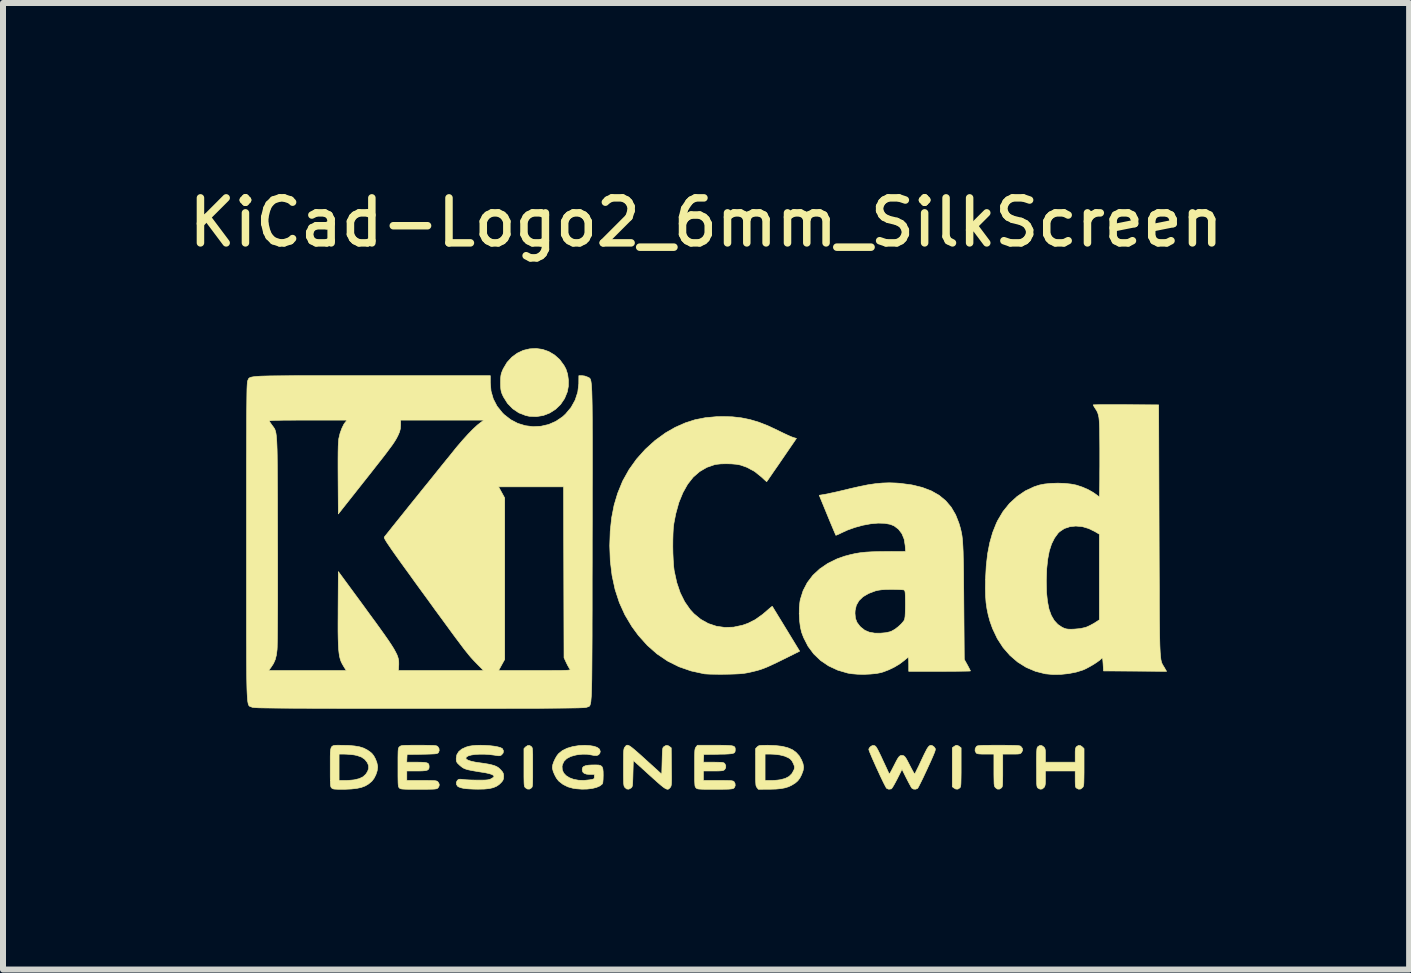
<source format=kicad_pcb>
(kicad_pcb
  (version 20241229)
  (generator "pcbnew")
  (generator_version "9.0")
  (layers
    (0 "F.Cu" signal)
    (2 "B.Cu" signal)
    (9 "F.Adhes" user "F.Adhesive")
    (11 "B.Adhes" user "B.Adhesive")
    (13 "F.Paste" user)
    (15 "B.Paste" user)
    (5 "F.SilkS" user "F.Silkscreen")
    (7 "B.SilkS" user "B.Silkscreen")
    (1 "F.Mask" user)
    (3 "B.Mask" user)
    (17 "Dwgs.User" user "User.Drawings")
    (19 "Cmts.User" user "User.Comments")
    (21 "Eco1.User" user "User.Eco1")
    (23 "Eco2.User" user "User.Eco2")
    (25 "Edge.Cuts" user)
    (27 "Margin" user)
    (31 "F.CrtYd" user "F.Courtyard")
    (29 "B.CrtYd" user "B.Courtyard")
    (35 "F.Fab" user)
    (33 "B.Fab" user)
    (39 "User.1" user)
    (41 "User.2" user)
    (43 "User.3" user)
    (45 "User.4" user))
  (footprint "KiCad-Logo2_6mm_SilkScreen"
    (layer "F.Cu")
    (at 8.72 5.738)
    (property "Reference" "KiCad-Logo2_6mm_SilkScreen" (at 0 -5.08 0) (layer "F.SilkS") (effects (font (size 0.75 0.75) (thickness 0.125))))
    (attr exclude_from_pos_files exclude_from_bom allow_missing_courtyard)
    (fp_poly (pts (xy 4.2 3.642) (xy 4.224 3.657) (xy 4.251 3.678) (xy 4.251 4) (xy 4.251 4.094) (xy 4.25 4.168) (xy 4.249 4.225) (xy 4.248 4.267) (xy 4.246 4.297) (xy 4.243 4.317) (xy 4.239 4.331) (xy 4.233 4.341) (xy 4.229 4.345) (xy 4.198 4.366) (xy 4.162 4.365) (xy 4.131 4.347) (xy 4.104 4.326) (xy 4.104 3.678) (xy 4.131 3.657) (xy 4.156 3.641) (xy 4.177 3.635) (xy 4.2 3.642)) (stroke (width 0.01) (type solid)) (fill yes) (layer "F.SilkS"))
    (fp_poly (pts (xy -2.912 3.658) (xy -2.906 3.665) (xy -2.9 3.675) (xy -2.896 3.69) (xy -2.894 3.712) (xy -2.892 3.744) (xy -2.89 3.789) (xy -2.89 3.849) (xy -2.89 3.926) (xy -2.89 4.002) (xy -2.89 4.096) (xy -2.89 4.17) (xy -2.891 4.226) (xy -2.892 4.268) (xy -2.894 4.298) (xy -2.897 4.318) (xy -2.901 4.332) (xy -2.907 4.341) (xy -2.912 4.346) (xy -2.945 4.366) (xy -2.98 4.364) (xy -3.012 4.343) (xy -3.019 4.335) (xy -3.025 4.325) (xy -3.029 4.311) (xy -3.032 4.291) (xy -3.034 4.261) (xy -3.035 4.219) (xy -3.036 4.162) (xy -3.036 4.088) (xy -3.036 4.004) (xy -3.036 3.691) (xy -3.009 3.663) (xy -2.974 3.64) (xy -2.941 3.639) (xy -2.912 3.658)) (stroke (width 0.01) (type solid)) (fill yes) (layer "F.SilkS"))
    (fp_poly (pts (xy -2.726 -2.964) (xy -2.623 -2.928) (xy -2.527 -2.871) (xy -2.441 -2.795) (xy -2.369 -2.697) (xy -2.336 -2.636) (xy -2.308 -2.55) (xy -2.295 -2.451) (xy -2.296 -2.35) (xy -2.313 -2.257) (xy -2.359 -2.145) (xy -2.425 -2.047) (xy -2.509 -1.966) (xy -2.606 -1.904) (xy -2.714 -1.862) (xy -2.829 -1.844) (xy -2.948 -1.849) (xy -3.007 -1.862) (xy -3.121 -1.906) (xy -3.222 -1.974) (xy -3.309 -2.063) (xy -3.377 -2.171) (xy -3.383 -2.183) (xy -3.403 -2.227) (xy -3.415 -2.265) (xy -3.422 -2.304) (xy -3.425 -2.355) (xy -3.426 -2.41) (xy -3.425 -2.476) (xy -3.421 -2.523) (xy -3.413 -2.562) (xy -3.399 -2.6) (xy -3.382 -2.639) (xy -3.318 -2.747) (xy -3.238 -2.834) (xy -3.147 -2.901) (xy -3.047 -2.948) (xy -2.941 -2.973) (xy -2.833 -2.979) (xy -2.726 -2.964)) (stroke (width 0.01) (type solid)) (fill yes) (layer "F.SilkS"))
    (fp_poly (pts (xy 4.975 3.635) (xy 5.053 3.636) (xy 5.115 3.637) (xy 5.161 3.638) (xy 5.194 3.64) (xy 5.217 3.643) (xy 5.232 3.646) (xy 5.243 3.651) (xy 5.248 3.655) (xy 5.273 3.688) (xy 5.276 3.721) (xy 5.26 3.752) (xy 5.25 3.764) (xy 5.239 3.773) (xy 5.223 3.778) (xy 5.197 3.781) (xy 5.159 3.782) (xy 5.102 3.782) (xy 5.091 3.782) (xy 4.945 3.782) (xy 4.945 4.053) (xy 4.945 4.138) (xy 4.944 4.204) (xy 4.943 4.253) (xy 4.942 4.288) (xy 4.939 4.312) (xy 4.935 4.328) (xy 4.929 4.338) (xy 4.922 4.346) (xy 4.889 4.366) (xy 4.855 4.365) (xy 4.824 4.342) (xy 4.822 4.339) (xy 4.814 4.329) (xy 4.808 4.316) (xy 4.804 4.299) (xy 4.801 4.274) (xy 4.8 4.238) (xy 4.799 4.188) (xy 4.798 4.122) (xy 4.798 4.046) (xy 4.798 3.782) (xy 4.659 3.782) (xy 4.599 3.782) (xy 4.558 3.78) (xy 4.53 3.777) (xy 4.513 3.771) (xy 4.502 3.763) (xy 4.501 3.761) (xy 4.484 3.728) (xy 4.486 3.691) (xy 4.505 3.658) (xy 4.512 3.651) (xy 4.521 3.646) (xy 4.535 3.643) (xy 4.556 3.64) (xy 4.587 3.638) (xy 4.63 3.636) (xy 4.687 3.636) (xy 4.762 3.635) (xy 4.856 3.635) (xy 4.876 3.635) (xy 4.975 3.635)) (stroke (width 0.01) (type solid)) (fill yes) (layer "F.SilkS"))
    (fp_poly (pts (xy 6.241 3.641) (xy 6.272 3.663) (xy 6.3 3.691) (xy 6.3 4) (xy 6.3 4.092) (xy 6.299 4.164) (xy 6.298 4.219) (xy 6.297 4.26) (xy 6.295 4.289) (xy 6.291 4.309) (xy 6.287 4.323) (xy 6.281 4.333) (xy 6.276 4.339) (xy 6.245 4.364) (xy 6.21 4.367) (xy 6.178 4.351) (xy 6.167 4.343) (xy 6.16 4.331) (xy 6.156 4.312) (xy 6.154 4.281) (xy 6.153 4.235) (xy 6.153 4.199) (xy 6.153 4.064) (xy 5.656 4.064) (xy 5.656 4.187) (xy 5.656 4.243) (xy 5.654 4.282) (xy 5.649 4.308) (xy 5.642 4.326) (xy 5.633 4.339) (xy 5.602 4.364) (xy 5.567 4.367) (xy 5.533 4.349) (xy 5.524 4.34) (xy 5.518 4.328) (xy 5.514 4.309) (xy 5.511 4.28) (xy 5.51 4.236) (xy 5.509 4.174) (xy 5.509 4.16) (xy 5.509 4.044) (xy 5.508 3.948) (xy 5.508 3.87) (xy 5.509 3.809) (xy 5.51 3.762) (xy 5.512 3.727) (xy 5.514 3.701) (xy 5.517 3.684) (xy 5.521 3.672) (xy 5.526 3.664) (xy 5.532 3.658) (xy 5.564 3.638) (xy 5.597 3.641) (xy 5.628 3.663) (xy 5.641 3.677) (xy 5.649 3.693) (xy 5.654 3.716) (xy 5.656 3.75) (xy 5.656 3.802) (xy 5.656 3.917) (xy 6.153 3.917) (xy 6.153 3.799) (xy 6.153 3.744) (xy 6.155 3.707) (xy 6.16 3.683) (xy 6.167 3.668) (xy 6.175 3.658) (xy 6.207 3.638) (xy 6.241 3.641)) (stroke (width 0.01) (type solid)) (fill yes) (layer "F.SilkS"))
    (fp_poly (pts (xy 1.03 3.635) (xy 1.159 3.64) (xy 1.269 3.653) (xy 1.361 3.676) (xy 1.438 3.709) (xy 1.5 3.754) (xy 1.551 3.81) (xy 1.591 3.88) (xy 1.592 3.882) (xy 1.616 3.944) (xy 1.625 3.999) (xy 1.618 4.054) (xy 1.595 4.117) (xy 1.591 4.127) (xy 1.562 4.183) (xy 1.529 4.227) (xy 1.487 4.264) (xy 1.429 4.3) (xy 1.426 4.302) (xy 1.375 4.326) (xy 1.318 4.344) (xy 1.251 4.357) (xy 1.17 4.365) (xy 1.072 4.368) (xy 1.037 4.368) (xy 0.871 4.369) (xy 0.848 4.339) (xy 0.841 4.33) (xy 0.836 4.318) (xy 0.831 4.302) (xy 0.829 4.279) (xy 0.827 4.247) (xy 0.826 4.222) (xy 0.983 4.222) (xy 1.076 4.222) (xy 1.131 4.221) (xy 1.188 4.216) (xy 1.234 4.21) (xy 1.237 4.21) (xy 1.319 4.188) (xy 1.383 4.155) (xy 1.43 4.109) (xy 1.463 4.049) (xy 1.469 4.033) (xy 1.474 4.009) (xy 1.472 3.984) (xy 1.46 3.952) (xy 1.453 3.936) (xy 1.43 3.893) (xy 1.402 3.863) (xy 1.371 3.843) (xy 1.309 3.816) (xy 1.229 3.796) (xy 1.137 3.785) (xy 1.07 3.782) (xy 0.983 3.782) (xy 0.983 4.222) (xy 0.826 4.222) (xy 0.825 4.201) (xy 0.825 4.141) (xy 0.825 4.062) (xy 0.825 4) (xy 0.825 3.691) (xy 0.852 3.663) (xy 0.865 3.652) (xy 0.878 3.644) (xy 0.896 3.639) (xy 0.924 3.637) (xy 0.966 3.636) (xy 1.026 3.635) (xy 1.03 3.635)) (stroke (width 0.01) (type solid)) (fill yes) (layer "F.SilkS"))
    (fp_poly (pts (xy -6.11 3.635) (xy -6.07 3.636) (xy -5.954 3.638) (xy -5.858 3.647) (xy -5.776 3.661) (xy -5.707 3.683) (xy -5.647 3.714) (xy -5.592 3.753) (xy -5.572 3.77) (xy -5.54 3.81) (xy -5.511 3.864) (xy -5.488 3.924) (xy -5.476 3.981) (xy -5.475 4.002) (xy -5.483 4.061) (xy -5.504 4.125) (xy -5.535 4.186) (xy -5.572 4.235) (xy -5.578 4.24) (xy -5.629 4.282) (xy -5.684 4.314) (xy -5.748 4.338) (xy -5.823 4.354) (xy -5.912 4.364) (xy -6.019 4.369) (xy -6.068 4.369) (xy -6.13 4.369) (xy -6.174 4.367) (xy -6.203 4.365) (xy -6.222 4.36) (xy -6.235 4.353) (xy -6.242 4.346) (xy -6.249 4.339) (xy -6.254 4.329) (xy -6.258 4.315) (xy -6.261 4.293) (xy -6.263 4.26) (xy -6.264 4.216) (xy -6.265 4.156) (xy -6.265 4.078) (xy -6.265 4.002) (xy -6.265 3.901) (xy -6.265 3.821) (xy -6.264 3.782) (xy -6.118 3.782) (xy -6.118 4.222) (xy -6.025 4.222) (xy -5.969 4.221) (xy -5.91 4.216) (xy -5.861 4.211) (xy -5.86 4.21) (xy -5.781 4.191) (xy -5.719 4.161) (xy -5.673 4.119) (xy -5.643 4.073) (xy -5.625 4.022) (xy -5.626 3.974) (xy -5.647 3.923) (xy -5.689 3.87) (xy -5.746 3.831) (xy -5.821 3.805) (xy -5.871 3.795) (xy -5.928 3.789) (xy -5.988 3.784) (xy -6.039 3.782) (xy -6.042 3.782) (xy -6.118 3.782) (xy -6.264 3.782) (xy -6.264 3.758) (xy -6.259 3.711) (xy -6.251 3.678) (xy -6.238 3.656) (xy -6.218 3.643) (xy -6.191 3.637) (xy -6.155 3.635) (xy -6.11 3.635)) (stroke (width 0.01) (type solid)) (fill yes) (layer "F.SilkS"))
    (fp_poly (pts (xy -1.288 3.64) (xy -1.265 3.653) (xy -1.234 3.676) (xy -1.194 3.709) (xy -1.144 3.752) (xy -1.082 3.807) (xy -1.006 3.876) (xy -0.92 3.954) (xy -0.739 4.118) (xy -0.733 3.898) (xy -0.731 3.823) (xy -0.729 3.766) (xy -0.727 3.726) (xy -0.724 3.698) (xy -0.72 3.681) (xy -0.714 3.669) (xy -0.705 3.66) (xy -0.701 3.657) (xy -0.667 3.638) (xy -0.634 3.641) (xy -0.608 3.657) (xy -0.581 3.678) (xy -0.578 3.993) (xy -0.577 4.086) (xy -0.576 4.159) (xy -0.576 4.214) (xy -0.577 4.256) (xy -0.579 4.285) (xy -0.582 4.305) (xy -0.586 4.32) (xy -0.592 4.33) (xy -0.598 4.339) (xy -0.612 4.354) (xy -0.625 4.365) (xy -0.64 4.369) (xy -0.659 4.365) (xy -0.684 4.353) (xy -0.716 4.331) (xy -0.757 4.298) (xy -0.809 4.253) (xy -0.874 4.195) (xy -0.948 4.128) (xy -1.213 3.888) (xy -1.219 4.107) (xy -1.221 4.182) (xy -1.223 4.239) (xy -1.225 4.279) (xy -1.228 4.306) (xy -1.233 4.324) (xy -1.239 4.335) (xy -1.247 4.344) (xy -1.251 4.347) (xy -1.288 4.367) (xy -1.323 4.364) (xy -1.353 4.339) (xy -1.36 4.329) (xy -1.366 4.318) (xy -1.37 4.302) (xy -1.373 4.279) (xy -1.375 4.246) (xy -1.376 4.201) (xy -1.377 4.14) (xy -1.377 4.061) (xy -1.377 4.002) (xy -1.377 3.911) (xy -1.376 3.839) (xy -1.376 3.784) (xy -1.374 3.744) (xy -1.372 3.715) (xy -1.368 3.695) (xy -1.364 3.681) (xy -1.358 3.671) (xy -1.353 3.665) (xy -1.342 3.651) (xy -1.332 3.64) (xy -1.32 3.634) (xy -1.306 3.634) (xy -1.288 3.64)) (stroke (width 0.01) (type solid)) (fill yes) (layer "F.SilkS"))
    (fp_poly (pts (xy -1.938 3.641) (xy -1.87 3.652) (xy -1.817 3.67) (xy -1.783 3.694) (xy -1.774 3.707) (xy -1.764 3.738) (xy -1.771 3.767) (xy -1.791 3.793) (xy -1.822 3.806) (xy -1.867 3.805) (xy -1.903 3.798) (xy -1.981 3.785) (xy -2.061 3.784) (xy -2.15 3.794) (xy -2.175 3.799) (xy -2.258 3.822) (xy -2.323 3.857) (xy -2.369 3.903) (xy -2.395 3.959) (xy -2.401 3.988) (xy -2.397 4.046) (xy -2.374 4.098) (xy -2.333 4.142) (xy -2.277 4.177) (xy -2.207 4.203) (xy -2.126 4.218) (xy -2.036 4.221) (xy -1.939 4.211) (xy -1.934 4.21) (xy -1.895 4.203) (xy -1.874 4.196) (xy -1.865 4.185) (xy -1.862 4.168) (xy -1.862 4.159) (xy -1.862 4.121) (xy -1.931 4.121) (xy -1.991 4.117) (xy -2.032 4.103) (xy -2.056 4.08) (xy -2.065 4.045) (xy -2.065 4.041) (xy -2.06 4.011) (xy -2.043 3.99) (xy -2.01 3.976) (xy -1.96 3.967) (xy -1.911 3.964) (xy -1.841 3.963) (xy -1.789 3.965) (xy -1.755 3.975) (xy -1.733 3.995) (xy -1.721 4.027) (xy -1.716 4.074) (xy -1.715 4.136) (xy -1.717 4.206) (xy -1.721 4.253) (xy -1.728 4.278) (xy -1.73 4.28) (xy -1.769 4.312) (xy -1.826 4.337) (xy -1.897 4.355) (xy -1.98 4.365) (xy -2.069 4.367) (xy -2.163 4.36) (xy -2.218 4.352) (xy -2.304 4.328) (xy -2.384 4.288) (xy -2.451 4.236) (xy -2.461 4.226) (xy -2.495 4.182) (xy -2.524 4.128) (xy -2.548 4.072) (xy -2.561 4.02) (xy -2.562 4.001) (xy -2.556 3.96) (xy -2.538 3.908) (xy -2.513 3.855) (xy -2.483 3.805) (xy -2.457 3.773) (xy -2.396 3.724) (xy -2.317 3.685) (xy -2.223 3.657) (xy -2.117 3.64) (xy -2.02 3.636) (xy -1.938 3.641)) (stroke (width 0.01) (type solid)) (fill yes) (layer "F.SilkS"))
    (fp_poly (pts (xy 0.242 3.635) (xy 0.318 3.636) (xy 0.377 3.639) (xy 0.42 3.642) (xy 0.45 3.648) (xy 0.469 3.657) (xy 0.48 3.669) (xy 0.485 3.685) (xy 0.486 3.705) (xy 0.486 3.708) (xy 0.485 3.73) (xy 0.48 3.748) (xy 0.469 3.761) (xy 0.449 3.77) (xy 0.418 3.776) (xy 0.372 3.78) (xy 0.31 3.783) (xy 0.228 3.784) (xy 0.203 3.785) (xy -0.039 3.788) (xy -0.042 3.853) (xy -0.046 3.917) (xy 0.122 3.917) (xy 0.188 3.918) (xy 0.235 3.919) (xy 0.267 3.921) (xy 0.287 3.925) (xy 0.301 3.931) (xy 0.31 3.94) (xy 0.311 3.94) (xy 0.328 3.973) (xy 0.327 4.01) (xy 0.309 4.041) (xy 0.305 4.044) (xy 0.292 4.052) (xy 0.275 4.058) (xy 0.248 4.061) (xy 0.209 4.063) (xy 0.153 4.064) (xy 0.118 4.064) (xy -0.045 4.064) (xy -0.045 4.222) (xy 0.202 4.222) (xy 0.283 4.222) (xy 0.345 4.223) (xy 0.39 4.224) (xy 0.422 4.226) (xy 0.443 4.23) (xy 0.456 4.234) (xy 0.465 4.241) (xy 0.467 4.243) (xy 0.483 4.274) (xy 0.485 4.31) (xy 0.471 4.341) (xy 0.461 4.351) (xy 0.45 4.357) (xy 0.433 4.361) (xy 0.407 4.364) (xy 0.37 4.367) (xy 0.319 4.368) (xy 0.252 4.369) (xy 0.165 4.369) (xy 0.145 4.369) (xy 0.057 4.369) (xy -0.012 4.369) (xy -0.064 4.368) (xy -0.101 4.366) (xy -0.127 4.364) (xy -0.144 4.36) (xy -0.156 4.355) (xy -0.164 4.349) (xy -0.168 4.344) (xy -0.175 4.336) (xy -0.181 4.326) (xy -0.185 4.311) (xy -0.187 4.289) (xy -0.189 4.257) (xy -0.191 4.212) (xy -0.191 4.151) (xy -0.191 4.073) (xy -0.191 4.007) (xy -0.191 3.915) (xy -0.191 3.842) (xy -0.19 3.787) (xy -0.189 3.746) (xy -0.187 3.717) (xy -0.183 3.696) (xy -0.179 3.682) (xy -0.173 3.672) (xy -0.168 3.665) (xy -0.145 3.635) (xy 0.145 3.635) (xy 0.242 3.635)) (stroke (width 0.01) (type solid)) (fill yes) (layer "F.SilkS"))
    (fp_poly (pts (xy -4.701 3.635) (xy -4.632 3.636) (xy -4.579 3.637) (xy -4.541 3.638) (xy -4.514 3.641) (xy -4.496 3.644) (xy -4.484 3.649) (xy -4.475 3.655) (xy -4.472 3.658) (xy -4.452 3.689) (xy -4.449 3.725) (xy -4.462 3.757) (xy -4.468 3.763) (xy -4.478 3.769) (xy -4.493 3.774) (xy -4.518 3.778) (xy -4.554 3.78) (xy -4.605 3.782) (xy -4.673 3.784) (xy -4.736 3.785) (xy -4.984 3.788) (xy -4.987 3.853) (xy -4.99 3.917) (xy -4.822 3.917) (xy -4.749 3.918) (xy -4.696 3.921) (xy -4.659 3.927) (xy -4.636 3.936) (xy -4.623 3.952) (xy -4.618 3.974) (xy -4.617 3.994) (xy -4.619 4.019) (xy -4.629 4.037) (xy -4.648 4.05) (xy -4.679 4.058) (xy -4.727 4.062) (xy -4.792 4.064) (xy -4.828 4.064) (xy -4.989 4.064) (xy -4.989 4.222) (xy -4.741 4.222) (xy -4.66 4.222) (xy -4.598 4.223) (xy -4.552 4.224) (xy -4.52 4.226) (xy -4.499 4.229) (xy -4.485 4.234) (xy -4.475 4.24) (xy -4.47 4.245) (xy -4.453 4.272) (xy -4.447 4.296) (xy -4.455 4.325) (xy -4.47 4.346) (xy -4.478 4.353) (xy -4.488 4.359) (xy -4.503 4.362) (xy -4.526 4.365) (xy -4.559 4.367) (xy -4.606 4.368) (xy -4.668 4.369) (xy -4.75 4.369) (xy -4.792 4.369) (xy -4.882 4.369) (xy -4.952 4.369) (xy -5.005 4.368) (xy -5.044 4.366) (xy -5.071 4.364) (xy -5.09 4.36) (xy -5.102 4.356) (xy -5.11 4.35) (xy -5.113 4.346) (xy -5.12 4.339) (xy -5.125 4.329) (xy -5.129 4.314) (xy -5.132 4.292) (xy -5.134 4.26) (xy -5.135 4.215) (xy -5.136 4.155) (xy -5.136 4.077) (xy -5.136 4.004) (xy -5.136 3.911) (xy -5.136 3.838) (xy -5.135 3.782) (xy -5.134 3.74) (xy -5.132 3.711) (xy -5.129 3.691) (xy -5.125 3.678) (xy -5.119 3.669) (xy -5.112 3.661) (xy -5.11 3.66) (xy -5.101 3.652) (xy -5.091 3.647) (xy -5.077 3.642) (xy -5.056 3.639) (xy -5.025 3.637) (xy -4.981 3.636) (xy -4.922 3.635) (xy -4.845 3.635) (xy -4.79 3.635) (xy -4.701 3.635)) (stroke (width 0.01) (type solid)) (fill yes) (layer "F.SilkS"))
    (fp_poly (pts (xy 3.756 3.637) (xy 3.776 3.644) (xy 3.777 3.645) (xy 3.803 3.665) (xy 3.818 3.686) (xy 3.821 3.696) (xy 3.821 3.709) (xy 3.817 3.727) (xy 3.808 3.753) (xy 3.793 3.79) (xy 3.772 3.839) (xy 3.744 3.903) (xy 3.707 3.983) (xy 3.687 4.027) (xy 3.65 4.106) (xy 3.616 4.179) (xy 3.585 4.242) (xy 3.559 4.294) (xy 3.54 4.331) (xy 3.527 4.352) (xy 3.525 4.355) (xy 3.494 4.367) (xy 3.459 4.366) (xy 3.431 4.351) (xy 3.43 4.349) (xy 3.418 4.332) (xy 3.4 4.299) (xy 3.376 4.255) (xy 3.349 4.202) (xy 3.339 4.183) (xy 3.266 4.036) (xy 3.186 4.196) (xy 3.157 4.251) (xy 3.131 4.298) (xy 3.109 4.335) (xy 3.093 4.357) (xy 3.088 4.362) (xy 3.046 4.368) (xy 3.012 4.355) (xy 3.001 4.341) (xy 2.984 4.309) (xy 2.96 4.263) (xy 2.932 4.205) (xy 2.901 4.14) (xy 2.869 4.07) (xy 2.835 3.997) (xy 2.804 3.927) (xy 2.774 3.86) (xy 2.749 3.801) (xy 2.729 3.753) (xy 2.716 3.718) (xy 2.712 3.7) (xy 2.712 3.7) (xy 2.723 3.678) (xy 2.745 3.655) (xy 2.746 3.654) (xy 2.774 3.639) (xy 2.799 3.639) (xy 2.808 3.642) (xy 2.82 3.648) (xy 2.832 3.66) (xy 2.846 3.681) (xy 2.864 3.713) (xy 2.887 3.759) (xy 2.917 3.821) (xy 2.943 3.878) (xy 2.974 3.944) (xy 3.002 4.004) (xy 3.025 4.054) (xy 3.042 4.091) (xy 3.051 4.112) (xy 3.052 4.115) (xy 3.058 4.11) (xy 3.073 4.087) (xy 3.093 4.051) (xy 3.117 4.004) (xy 3.127 3.985) (xy 3.16 3.92) (xy 3.185 3.873) (xy 3.205 3.84) (xy 3.222 3.82) (xy 3.237 3.809) (xy 3.253 3.805) (xy 3.264 3.805) (xy 3.282 3.806) (xy 3.299 3.813) (xy 3.315 3.828) (xy 3.333 3.853) (xy 3.355 3.892) (xy 3.384 3.948) (xy 3.4 3.979) (xy 3.426 4.029) (xy 3.449 4.071) (xy 3.466 4.1) (xy 3.476 4.114) (xy 3.478 4.115) (xy 3.484 4.104) (xy 3.498 4.075) (xy 3.519 4.032) (xy 3.546 3.978) (xy 3.575 3.915) (xy 3.59 3.883) (xy 3.628 3.802) (xy 3.659 3.74) (xy 3.683 3.694) (xy 3.704 3.663) (xy 3.722 3.645) (xy 3.739 3.637) (xy 3.756 3.637)) (stroke (width 0.01) (type solid)) (fill yes) (layer "F.SilkS"))
    (fp_poly (pts (xy -3.68 3.637) (xy -3.605 3.642) (xy -3.536 3.65) (xy -3.475 3.661) (xy -3.428 3.674) (xy -3.399 3.689) (xy -3.394 3.693) (xy -3.378 3.728) (xy -3.383 3.764) (xy -3.408 3.794) (xy -3.409 3.795) (xy -3.423 3.804) (xy -3.438 3.809) (xy -3.459 3.81) (xy -3.492 3.806) (xy -3.54 3.798) (xy -3.544 3.798) (xy -3.617 3.789) (xy -3.696 3.784) (xy -3.774 3.784) (xy -3.848 3.788) (xy -3.91 3.797) (xy -3.957 3.809) (xy -3.96 3.81) (xy -3.993 3.829) (xy -4.005 3.848) (xy -3.996 3.867) (xy -3.966 3.885) (xy -3.917 3.901) (xy -3.849 3.916) (xy -3.804 3.923) (xy -3.71 3.936) (xy -3.635 3.948) (xy -3.576 3.961) (xy -3.53 3.974) (xy -3.494 3.989) (xy -3.464 4.007) (xy -3.438 4.03) (xy -3.417 4.052) (xy -3.391 4.083) (xy -3.379 4.11) (xy -3.375 4.142) (xy -3.375 4.154) (xy -3.378 4.194) (xy -3.389 4.223) (xy -3.41 4.25) (xy -3.451 4.29) (xy -3.496 4.32) (xy -3.55 4.342) (xy -3.615 4.357) (xy -3.695 4.365) (xy -3.793 4.367) (xy -3.81 4.367) (xy -3.875 4.366) (xy -3.94 4.363) (xy -3.998 4.359) (xy -4.04 4.353) (xy -4.044 4.353) (xy -4.086 4.343) (xy -4.122 4.33) (xy -4.142 4.318) (xy -4.161 4.288) (xy -4.163 4.252) (xy -4.146 4.22) (xy -4.143 4.217) (xy -4.128 4.206) (xy -4.109 4.201) (xy -4.079 4.202) (xy -4.044 4.206) (xy -4.004 4.21) (xy -3.949 4.213) (xy -3.884 4.215) (xy -3.816 4.216) (xy -3.798 4.216) (xy -3.73 4.216) (xy -3.681 4.215) (xy -3.645 4.212) (xy -3.619 4.207) (xy -3.597 4.2) (xy -3.584 4.194) (xy -3.556 4.177) (xy -3.538 4.162) (xy -3.536 4.158) (xy -3.541 4.14) (xy -3.568 4.123) (xy -3.613 4.108) (xy -3.675 4.094) (xy -3.693 4.091) (xy -3.789 4.076) (xy -3.866 4.063) (xy -3.926 4.052) (xy -3.973 4.042) (xy -4.009 4.031) (xy -4.038 4.019) (xy -4.062 4.005) (xy -4.084 3.988) (xy -4.108 3.968) (xy -4.116 3.96) (xy -4.144 3.933) (xy -4.158 3.911) (xy -4.164 3.886) (xy -4.165 3.855) (xy -4.155 3.794) (xy -4.124 3.742) (xy -4.073 3.699) (xy -4.002 3.666) (xy -3.951 3.651) (xy -3.895 3.642) (xy -3.829 3.636) (xy -3.756 3.635) (xy -3.68 3.637)) (stroke (width 0.01) (type solid)) (fill yes) (layer "F.SilkS"))
    (fp_poly (pts (xy 0.44 -1.84) (xy 0.588 -1.823) (xy 0.731 -1.794) (xy 0.876 -1.751) (xy 1.028 -1.692) (xy 1.192 -1.615) (xy 1.222 -1.6) (xy 1.29 -1.567) (xy 1.354 -1.537) (xy 1.408 -1.513) (xy 1.446 -1.498) (xy 1.451 -1.496) (xy 1.506 -1.48) (xy 1.26 -1.121) (xy 1.2 -1.033) (xy 1.144 -0.953) (xy 1.096 -0.883) (xy 1.057 -0.826) (xy 1.029 -0.785) (xy 1.013 -0.763) (xy 1.011 -0.759) (xy 1 -0.767) (xy 0.975 -0.789) (xy 0.939 -0.823) (xy 0.919 -0.841) (xy 0.806 -0.931) (xy 0.679 -0.999) (xy 0.57 -1.037) (xy 0.504 -1.049) (xy 0.422 -1.056) (xy 0.333 -1.058) (xy 0.247 -1.056) (xy 0.173 -1.048) (xy 0.144 -1.043) (xy 0.011 -0.997) (xy -0.108 -0.927) (xy -0.215 -0.834) (xy -0.308 -0.716) (xy -0.387 -0.575) (xy -0.454 -0.411) (xy -0.506 -0.223) (xy -0.537 -0.062) (xy -0.546 0.009) (xy -0.551 0.101) (xy -0.554 0.207) (xy -0.555 0.32) (xy -0.553 0.435) (xy -0.548 0.544) (xy -0.542 0.64) (xy -0.533 0.718) (xy -0.531 0.73) (xy -0.489 0.923) (xy -0.431 1.094) (xy -0.357 1.243) (xy -0.267 1.372) (xy -0.203 1.442) (xy -0.089 1.536) (xy 0.037 1.606) (xy 0.172 1.651) (xy 0.313 1.671) (xy 0.459 1.666) (xy 0.608 1.634) (xy 0.696 1.603) (xy 0.818 1.542) (xy 0.943 1.453) (xy 1.013 1.393) (xy 1.053 1.358) (xy 1.084 1.332) (xy 1.101 1.32) (xy 1.104 1.32) (xy 1.112 1.332) (xy 1.132 1.366) (xy 1.163 1.416) (xy 1.203 1.482) (xy 1.251 1.56) (xy 1.304 1.647) (xy 1.334 1.696) (xy 1.56 2.067) (xy 1.278 2.207) (xy 1.176 2.257) (xy 1.093 2.296) (xy 1.025 2.327) (xy 0.966 2.351) (xy 0.911 2.371) (xy 0.855 2.388) (xy 0.794 2.403) (xy 0.735 2.417) (xy 0.682 2.428) (xy 0.627 2.437) (xy 0.565 2.443) (xy 0.488 2.447) (xy 0.394 2.45) (xy 0.33 2.451) (xy 0.238 2.452) (xy 0.151 2.451) (xy 0.073 2.45) (xy 0.01 2.447) (xy -0.032 2.444) (xy -0.034 2.443) (xy -0.25 2.396) (xy -0.452 2.326) (xy -0.642 2.231) (xy -0.818 2.112) (xy -0.98 1.969) (xy -1.129 1.803) (xy -1.238 1.654) (xy -1.353 1.461) (xy -1.446 1.256) (xy -1.517 1.038) (xy -1.567 0.807) (xy -1.597 0.56) (xy -1.606 0.309) (xy -1.598 0.066) (xy -1.574 -0.158) (xy -1.533 -0.368) (xy -1.474 -0.565) (xy -1.396 -0.756) (xy -1.387 -0.776) (xy -1.284 -0.96) (xy -1.159 -1.135) (xy -1.013 -1.298) (xy -0.851 -1.445) (xy -0.676 -1.572) (xy -0.514 -1.665) (xy -0.349 -1.738) (xy -0.185 -1.791) (xy -0.013 -1.825) (xy 0.171 -1.842) (xy 0.281 -1.844) (xy 0.44 -1.84)) (stroke (width 0.01) (type solid)) (fill yes) (layer "F.SilkS"))
    (fp_poly (pts (xy 6.842 -2.043) (xy 6.959 -2.043) (xy 6.999 -2.042) (xy 7.544 -2.039) (xy 7.551 0.055) (xy 7.552 0.339) (xy 7.553 0.597) (xy 7.554 0.83) (xy 7.555 1.039) (xy 7.555 1.227) (xy 7.556 1.393) (xy 7.557 1.54) (xy 7.559 1.669) (xy 7.56 1.782) (xy 7.562 1.879) (xy 7.564 1.961) (xy 7.567 2.031) (xy 7.57 2.09) (xy 7.574 2.138) (xy 7.578 2.177) (xy 7.582 2.209) (xy 7.588 2.235) (xy 7.594 2.257) (xy 7.601 2.274) (xy 7.609 2.29) (xy 7.618 2.305) (xy 7.627 2.32) (xy 7.638 2.337) (xy 7.64 2.341) (xy 7.676 2.403) (xy 7.15 2.399) (xy 6.625 2.396) (xy 6.618 2.28) (xy 6.614 2.225) (xy 6.61 2.193) (xy 6.605 2.18) (xy 6.597 2.183) (xy 6.59 2.19) (xy 6.561 2.217) (xy 6.514 2.251) (xy 6.456 2.289) (xy 6.392 2.326) (xy 6.33 2.359) (xy 6.283 2.38) (xy 6.171 2.415) (xy 6.044 2.44) (xy 5.909 2.454) (xy 5.777 2.455) (xy 5.656 2.444) (xy 5.654 2.444) (xy 5.49 2.402) (xy 5.335 2.336) (xy 5.193 2.247) (xy 5.065 2.137) (xy 4.951 2.006) (xy 4.854 1.856) (xy 4.775 1.689) (xy 4.731 1.565) (xy 4.703 1.462) (xy 4.682 1.361) (xy 4.667 1.258) (xy 4.659 1.146) (xy 4.656 1.019) (xy 4.658 0.915) (xy 5.671 0.915) (xy 5.675 1.089) (xy 5.691 1.239) (xy 5.716 1.366) (xy 5.754 1.471) (xy 5.803 1.555) (xy 5.864 1.621) (xy 5.934 1.668) (xy 5.971 1.685) (xy 6.003 1.695) (xy 6.038 1.7) (xy 6.086 1.701) (xy 6.137 1.699) (xy 6.238 1.69) (xy 6.318 1.672) (xy 6.343 1.664) (xy 6.4 1.638) (xy 6.461 1.605) (xy 6.487 1.589) (xy 6.556 1.544) (xy 6.556 0.117) (xy 6.48 0.072) (xy 6.375 0.021) (xy 6.268 -0.01) (xy 6.162 -0.019) (xy 6.061 -0.008) (xy 5.97 0.023) (xy 5.893 0.075) (xy 5.868 0.099) (xy 5.808 0.181) (xy 5.759 0.279) (xy 5.721 0.396) (xy 5.695 0.533) (xy 5.678 0.692) (xy 5.671 0.876) (xy 5.671 0.915) (xy 4.658 0.915) (xy 4.658 0.872) (xy 4.67 0.646) (xy 4.693 0.442) (xy 4.729 0.258) (xy 4.777 0.089) (xy 4.839 -0.066) (xy 4.861 -0.112) (xy 4.95 -0.262) (xy 5.058 -0.396) (xy 5.182 -0.51) (xy 5.319 -0.604) (xy 5.468 -0.674) (xy 5.557 -0.703) (xy 5.644 -0.72) (xy 5.749 -0.73) (xy 5.863 -0.734) (xy 5.977 -0.73) (xy 6.083 -0.719) (xy 6.167 -0.703) (xy 6.268 -0.67) (xy 6.366 -0.628) (xy 6.451 -0.58) (xy 6.497 -0.548) (xy 6.528 -0.525) (xy 6.55 -0.51) (xy 6.555 -0.508) (xy 6.557 -0.521) (xy 6.558 -0.559) (xy 6.559 -0.619) (xy 6.561 -0.699) (xy 6.562 -0.795) (xy 6.562 -0.906) (xy 6.563 -1.027) (xy 6.563 -1.151) (xy 6.563 -1.31) (xy 6.562 -1.444) (xy 6.561 -1.555) (xy 6.56 -1.647) (xy 6.557 -1.721) (xy 6.553 -1.781) (xy 6.548 -1.829) (xy 6.54 -1.867) (xy 6.531 -1.898) (xy 6.52 -1.925) (xy 6.507 -1.949) (xy 6.49 -1.975) (xy 6.488 -1.978) (xy 6.467 -2.011) (xy 6.455 -2.034) (xy 6.453 -2.039) (xy 6.466 -2.04) (xy 6.504 -2.041) (xy 6.563 -2.042) (xy 6.642 -2.043) (xy 6.735 -2.043) (xy 6.842 -2.043)) (stroke (width 0.01) (type solid)) (fill yes) (layer "F.SilkS"))
    (fp_poly (pts (xy 3.168 -0.736) (xy 3.236 -0.731) (xy 3.43 -0.705) (xy 3.603 -0.663) (xy 3.753 -0.606) (xy 3.884 -0.532) (xy 3.994 -0.441) (xy 4.086 -0.333) (xy 4.16 -0.206) (xy 4.214 -0.069) (xy 4.227 -0.025) (xy 4.239 0.016) (xy 4.249 0.057) (xy 4.258 0.099) (xy 4.266 0.145) (xy 4.272 0.196) (xy 4.277 0.257) (xy 4.281 0.327) (xy 4.285 0.411) (xy 4.287 0.509) (xy 4.29 0.624) (xy 4.292 0.759) (xy 4.293 0.915) (xy 4.295 1.095) (xy 4.296 1.236) (xy 4.304 2.204) (xy 4.356 2.297) (xy 4.38 2.342) (xy 4.398 2.377) (xy 4.407 2.395) (xy 4.407 2.396) (xy 4.394 2.398) (xy 4.356 2.399) (xy 4.297 2.4) (xy 4.22 2.401) (xy 4.127 2.402) (xy 4.021 2.402) (xy 3.906 2.403) (xy 3.892 2.403) (xy 3.378 2.403) (xy 3.378 2.286) (xy 3.377 2.233) (xy 3.374 2.193) (xy 3.371 2.171) (xy 3.369 2.169) (xy 3.356 2.178) (xy 3.328 2.2) (xy 3.291 2.231) (xy 3.29 2.231) (xy 3.224 2.281) (xy 3.14 2.331) (xy 3.048 2.376) (xy 2.957 2.411) (xy 2.918 2.423) (xy 2.838 2.439) (xy 2.741 2.448) (xy 2.635 2.453) (xy 2.528 2.451) (xy 2.43 2.443) (xy 2.362 2.432) (xy 2.194 2.383) (xy 2.042 2.312) (xy 1.909 2.222) (xy 1.794 2.112) (xy 1.699 1.984) (xy 1.625 1.839) (xy 1.592 1.751) (xy 1.572 1.665) (xy 1.559 1.562) (xy 1.553 1.451) (xy 1.553 1.435) (xy 2.482 1.435) (xy 2.489 1.517) (xy 2.515 1.586) (xy 2.562 1.649) (xy 2.581 1.668) (xy 2.645 1.718) (xy 2.72 1.75) (xy 2.81 1.766) (xy 2.904 1.767) (xy 2.994 1.759) (xy 3.062 1.744) (xy 3.092 1.733) (xy 3.145 1.703) (xy 3.202 1.66) (xy 3.254 1.612) (xy 3.293 1.566) (xy 3.303 1.549) (xy 3.311 1.526) (xy 3.317 1.488) (xy 3.32 1.433) (xy 3.322 1.357) (xy 3.323 1.284) (xy 3.322 1.199) (xy 3.321 1.138) (xy 3.319 1.096) (xy 3.315 1.07) (xy 3.309 1.055) (xy 3.301 1.048) (xy 3.299 1.046) (xy 3.276 1.043) (xy 3.233 1.04) (xy 3.173 1.038) (xy 3.104 1.037) (xy 3.089 1.037) (xy 2.997 1.038) (xy 2.925 1.043) (xy 2.869 1.051) (xy 2.822 1.062) (xy 2.706 1.106) (xy 2.615 1.16) (xy 2.548 1.225) (xy 2.504 1.302) (xy 2.484 1.391) (xy 2.482 1.435) (xy 1.553 1.435) (xy 1.554 1.342) (xy 1.564 1.245) (xy 1.571 1.205) (xy 1.617 1.059) (xy 1.687 0.924) (xy 1.78 0.802) (xy 1.895 0.695) (xy 2.03 0.603) (xy 2.183 0.528) (xy 2.313 0.482) (xy 2.401 0.459) (xy 2.484 0.44) (xy 2.569 0.426) (xy 2.661 0.416) (xy 2.765 0.41) (xy 2.888 0.407) (xy 2.998 0.406) (xy 3.326 0.405) (xy 3.319 0.307) (xy 3.302 0.2) (xy 3.264 0.108) (xy 3.207 0.033) (xy 3.134 -0.022) (xy 3.07 -0.048) (xy 2.977 -0.065) (xy 2.867 -0.068) (xy 2.745 -0.057) (xy 2.615 -0.033) (xy 2.483 0.003) (xy 2.354 0.049) (xy 2.261 0.092) (xy 2.216 0.114) (xy 2.181 0.129) (xy 2.164 0.135) (xy 2.163 0.135) (xy 2.157 0.121) (xy 2.142 0.086) (xy 2.119 0.032) (xy 2.09 -0.037) (xy 2.056 -0.118) (xy 2.022 -0.201) (xy 1.886 -0.532) (xy 1.983 -0.548) (xy 2.025 -0.556) (xy 2.088 -0.57) (xy 2.167 -0.587) (xy 2.257 -0.608) (xy 2.351 -0.63) (xy 2.389 -0.64) (xy 2.552 -0.677) (xy 2.694 -0.706) (xy 2.822 -0.725) (xy 2.939 -0.736) (xy 3.053 -0.74) (xy 3.168 -0.736)) (stroke (width 0.01) (type solid)) (fill yes) (layer "F.SilkS"))
    (fp_poly (pts (xy -5.956 -2.526) (xy -5.691 -2.526) (xy -5.568 -2.526) (xy -3.597 -2.526) (xy -3.597 -2.41) (xy -3.585 -2.269) (xy -3.547 -2.138) (xy -3.485 -2.018) (xy -3.396 -1.907) (xy -3.366 -1.877) (xy -3.258 -1.793) (xy -3.14 -1.731) (xy -3.013 -1.692) (xy -2.883 -1.676) (xy -2.752 -1.683) (xy -2.625 -1.712) (xy -2.504 -1.765) (xy -2.393 -1.84) (xy -2.343 -1.886) (xy -2.25 -1.997) (xy -2.182 -2.12) (xy -2.139 -2.252) (xy -2.122 -2.392) (xy -2.122 -2.406) (xy -2.121 -2.526) (xy -2.068 -2.526) (xy -2.022 -2.52) (xy -1.979 -2.504) (xy -1.976 -2.503) (xy -1.966 -2.498) (xy -1.957 -2.494) (xy -1.949 -2.49) (xy -1.942 -2.485) (xy -1.935 -2.477) (xy -1.929 -2.467) (xy -1.924 -2.451) (xy -1.919 -2.43) (xy -1.915 -2.402) (xy -1.911 -2.366) (xy -1.908 -2.321) (xy -1.905 -2.266) (xy -1.903 -2.199) (xy -1.901 -2.12) (xy -1.899 -2.027) (xy -1.898 -1.919) (xy -1.897 -1.795) (xy -1.897 -1.654) (xy -1.896 -1.495) (xy -1.896 -1.317) (xy -1.896 -1.118) (xy -1.896 -0.897) (xy -1.897 -0.654) (xy -1.897 -0.386) (xy -1.897 -0.094) (xy -1.898 0.224) (xy -1.898 0.263) (xy -1.898 0.584) (xy -1.899 0.878) (xy -1.899 1.147) (xy -1.899 1.392) (xy -1.9 1.614) (xy -1.9 1.814) (xy -1.901 1.994) (xy -1.902 2.154) (xy -1.903 2.296) (xy -1.904 2.421) (xy -1.905 2.529) (xy -1.907 2.623) (xy -1.909 2.702) (xy -1.911 2.769) (xy -1.914 2.825) (xy -1.918 2.87) (xy -1.921 2.906) (xy -1.926 2.934) (xy -1.931 2.954) (xy -1.936 2.969) (xy -1.942 2.979) (xy -1.949 2.986) (xy -1.956 2.99) (xy -1.965 2.993) (xy -1.974 2.995) (xy -1.983 2.999) (xy -1.986 3) (xy -1.993 3.002) (xy -2.006 3.005) (xy -2.025 3.007) (xy -2.051 3.009) (xy -2.085 3.01) (xy -2.129 3.012) (xy -2.184 3.013) (xy -2.25 3.014) (xy -2.329 3.015) (xy -2.422 3.016) (xy -2.53 3.017) (xy -2.654 3.018) (xy -2.795 3.019) (xy -2.955 3.019) (xy -3.134 3.019) (xy -3.333 3.02) (xy -3.554 3.02) (xy -3.798 3.02) (xy -4.066 3.02) (xy -4.358 3.02) (xy -4.677 3.02) (xy -4.78 3.02) (xy -5.106 3.02) (xy -5.405 3.02) (xy -5.679 3.02) (xy -5.929 3.02) (xy -6.156 3.02) (xy -6.361 3.019) (xy -6.545 3.019) (xy -6.71 3.018) (xy -6.856 3.018) (xy -6.984 3.017) (xy -7.097 3.016) (xy -7.194 3.015) (xy -7.277 3.014) (xy -7.347 3.013) (xy -7.405 3.012) (xy -7.453 3.011) (xy -7.491 3.009) (xy -7.52 3.007) (xy -7.542 3.005) (xy -7.558 3.003) (xy -7.569 3.001) (xy -7.574 2.998) (xy -7.585 2.994) (xy -7.594 2.991) (xy -7.603 2.988) (xy -7.611 2.983) (xy -7.618 2.977) (xy -7.624 2.967) (xy -7.63 2.952) (xy -7.635 2.932) (xy -7.64 2.905) (xy -7.644 2.87) (xy -7.647 2.826) (xy -7.65 2.772) (xy -7.653 2.706) (xy -7.655 2.628) (xy -7.657 2.536) (xy -7.658 2.43) (xy -7.658 2.389) (xy -7.292 2.389) (xy -5.997 2.389) (xy -6.022 2.351) (xy -6.046 2.312) (xy -6.067 2.275) (xy -6.085 2.238) (xy -6.099 2.197) (xy -6.111 2.15) (xy -6.119 2.094) (xy -6.126 2.028) (xy -6.13 1.948) (xy -6.133 1.852) (xy -6.135 1.736) (xy -6.135 1.6) (xy -6.134 1.439) (xy -6.134 1.379) (xy -6.13 0.74) (xy -5.725 1.291) (xy -5.611 1.448) (xy -5.511 1.584) (xy -5.426 1.702) (xy -5.354 1.803) (xy -5.294 1.889) (xy -5.245 1.963) (xy -5.206 2.025) (xy -5.177 2.078) (xy -5.154 2.123) (xy -5.139 2.163) (xy -5.129 2.198) (xy -5.124 2.231) (xy -5.123 2.264) (xy -5.123 2.299) (xy -5.124 2.303) (xy -5.128 2.389) (xy -3.709 2.389) (xy -3.814 2.283) (xy -3.843 2.253) (xy -3.87 2.225) (xy -3.897 2.196) (xy -3.925 2.165) (xy -3.955 2.129) (xy -3.988 2.088) (xy -4.026 2.041) (xy -4.069 1.984) (xy -4.119 1.917) (xy -4.178 1.839) (xy -4.245 1.748) (xy -4.323 1.641) (xy -4.413 1.518) (xy -4.516 1.378) (xy -4.632 1.217) (xy -4.728 1.086) (xy -4.848 0.921) (xy -4.952 0.776) (xy -5.043 0.651) (xy -5.12 0.544) (xy -5.184 0.454) (xy -5.237 0.379) (xy -5.279 0.317) (xy -5.312 0.269) (xy -5.336 0.231) (xy -5.352 0.203) (xy -5.362 0.184) (xy -5.365 0.172) (xy -5.364 0.165) (xy -5.351 0.148) (xy -5.322 0.112) (xy -5.279 0.058) (xy -5.225 -0.01) (xy -5.16 -0.091) (xy -5.086 -0.183) (xy -5.006 -0.283) (xy -4.921 -0.389) (xy -4.832 -0.499) (xy -4.742 -0.611) (xy -4.692 -0.673) (xy -3.459 -0.673) (xy -3.408 -0.58) (xy -3.357 -0.487) (xy -3.357 2.204) (xy -3.408 2.296) (xy -3.459 2.389) (xy -2.853 2.389) (xy -2.709 2.389) (xy -2.589 2.389) (xy -2.493 2.388) (xy -2.417 2.388) (xy -2.359 2.386) (xy -2.317 2.385) (xy -2.289 2.382) (xy -2.273 2.379) (xy -2.266 2.375) (xy -2.265 2.37) (xy -2.269 2.365) (xy -2.27 2.365) (xy -2.287 2.34) (xy -2.31 2.299) (xy -2.33 2.258) (xy -2.368 2.176) (xy -2.376 -0.673) (xy -3.459 -0.673) (xy -4.692 -0.673) (xy -4.651 -0.723) (xy -4.563 -0.832) (xy -4.479 -0.937) (xy -4.4 -1.035) (xy -4.328 -1.124) (xy -4.264 -1.202) (xy -4.212 -1.267) (xy -4.172 -1.317) (xy -4.148 -1.346) (xy -4.056 -1.453) (xy -3.968 -1.55) (xy -3.886 -1.634) (xy -3.814 -1.701) (xy -3.763 -1.741) (xy -3.703 -1.785) (xy -5.092 -1.785) (xy -5.092 -1.703) (xy -5.096 -1.643) (xy -5.11 -1.588) (xy -5.133 -1.535) (xy -5.148 -1.505) (xy -5.163 -1.476) (xy -5.182 -1.445) (xy -5.204 -1.41) (xy -5.232 -1.369) (xy -5.267 -1.322) (xy -5.31 -1.264) (xy -5.362 -1.195) (xy -5.426 -1.113) (xy -5.503 -1.015) (xy -5.593 -0.9) (xy -5.7 -0.765) (xy -5.712 -0.75) (xy -6.13 -0.221) (xy -6.134 -0.807) (xy -6.135 -0.983) (xy -6.135 -1.131) (xy -6.134 -1.254) (xy -6.132 -1.35) (xy -6.128 -1.421) (xy -6.124 -1.467) (xy -6.123 -1.475) (xy -6.101 -1.567) (xy -6.071 -1.649) (xy -6.038 -1.716) (xy -6.018 -1.744) (xy -5.984 -1.785) (xy -6.638 -1.785) (xy -6.794 -1.785) (xy -6.924 -1.784) (xy -7.031 -1.784) (xy -7.116 -1.782) (xy -7.182 -1.781) (xy -7.229 -1.779) (xy -7.26 -1.776) (xy -7.277 -1.773) (xy -7.282 -1.769) (xy -7.282 -1.768) (xy -7.268 -1.747) (xy -7.245 -1.714) (xy -7.233 -1.697) (xy -7.22 -1.68) (xy -7.209 -1.665) (xy -7.199 -1.65) (xy -7.19 -1.635) (xy -7.183 -1.616) (xy -7.176 -1.593) (xy -7.17 -1.565) (xy -7.165 -1.53) (xy -7.161 -1.486) (xy -7.157 -1.432) (xy -7.154 -1.367) (xy -7.151 -1.288) (xy -7.149 -1.196) (xy -7.148 -1.087) (xy -7.147 -0.961) (xy -7.146 -0.816) (xy -7.145 -0.651) (xy -7.144 -0.464) (xy -7.144 -0.253) (xy -7.143 -0.018) (xy -7.143 0.198) (xy -7.142 0.439) (xy -7.142 0.668) (xy -7.142 0.885) (xy -7.142 1.089) (xy -7.142 1.276) (xy -7.143 1.447) (xy -7.144 1.6) (xy -7.145 1.732) (xy -7.146 1.844) (xy -7.148 1.932) (xy -7.149 1.996) (xy -7.151 2.035) (xy -7.151 2.039) (xy -7.163 2.132) (xy -7.182 2.207) (xy -7.211 2.273) (xy -7.253 2.337) (xy -7.258 2.344) (xy -7.292 2.389) (xy -7.658 2.389) (xy -7.659 2.307) (xy -7.66 2.168) (xy -7.66 2.011) (xy -7.661 1.834) (xy -7.661 1.636) (xy -7.661 1.418) (xy -7.661 1.176) (xy -7.661 0.911) (xy -7.661 0.62) (xy -7.661 0.304) (xy -7.661 0.241) (xy -7.661 -0.079) (xy -7.661 -0.372) (xy -7.661 -0.641) (xy -7.661 -0.885) (xy -7.661 -1.106) (xy -7.66 -1.305) (xy -7.66 -1.484) (xy -7.659 -1.643) (xy -7.659 -1.784) (xy -7.658 -1.907) (xy -7.657 -2.015) (xy -7.656 -2.107) (xy -7.655 -2.185) (xy -7.654 -2.25) (xy -7.653 -2.304) (xy -7.651 -2.347) (xy -7.649 -2.381) (xy -7.647 -2.406) (xy -7.645 -2.425) (xy -7.643 -2.437) (xy -7.64 -2.444) (xy -7.64 -2.444) (xy -7.635 -2.455) (xy -7.631 -2.466) (xy -7.626 -2.475) (xy -7.62 -2.483) (xy -7.61 -2.49) (xy -7.596 -2.496) (xy -7.576 -2.502) (xy -7.549 -2.507) (xy -7.514 -2.511) (xy -7.469 -2.515) (xy -7.413 -2.518) (xy -7.345 -2.52) (xy -7.263 -2.522) (xy -7.166 -2.523) (xy -7.052 -2.524) (xy -6.921 -2.525) (xy -6.771 -2.526) (xy -6.601 -2.526) (xy -6.409 -2.526) (xy -6.195 -2.526) (xy -5.956 -2.526)) (stroke (width 0.01) (type solid)) (fill yes) (layer "F.SilkS")))
  (gr_rect
    (start -3 -3)
    (end 20.439 13.112)
    (stroke (width 0.1) (type default))
    (fill no)
    (layer "Edge.Cuts")))
</source>
